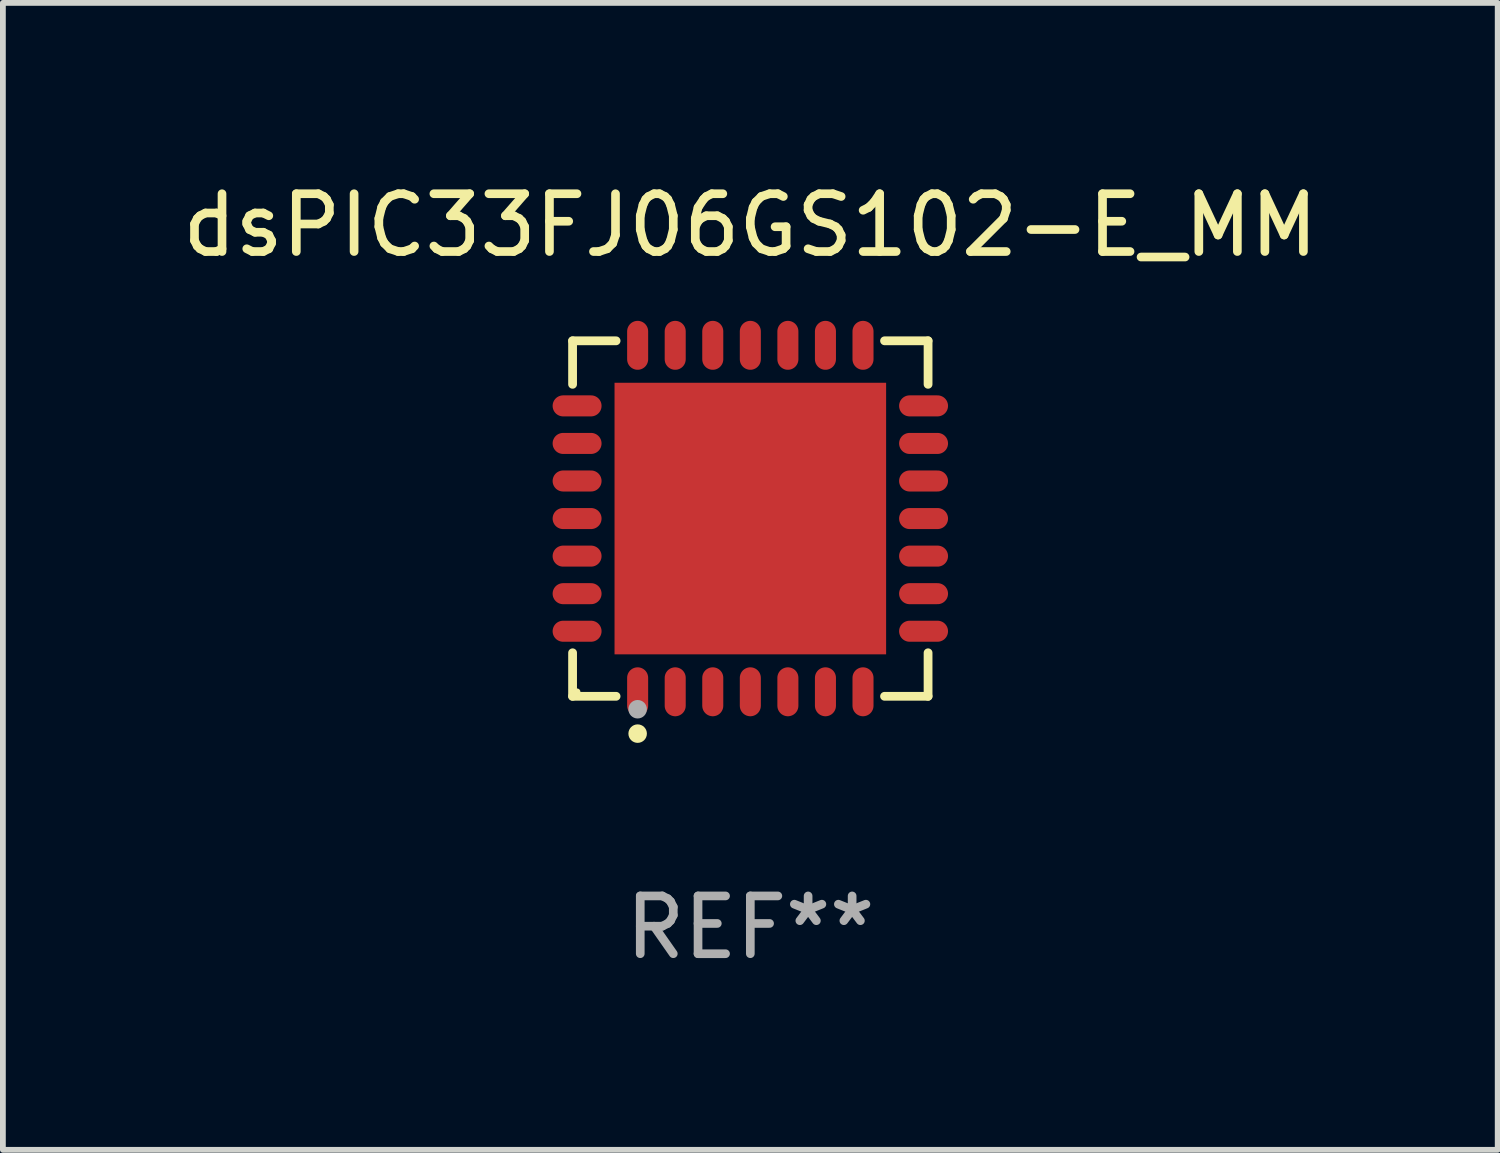
<source format=kicad_pcb>
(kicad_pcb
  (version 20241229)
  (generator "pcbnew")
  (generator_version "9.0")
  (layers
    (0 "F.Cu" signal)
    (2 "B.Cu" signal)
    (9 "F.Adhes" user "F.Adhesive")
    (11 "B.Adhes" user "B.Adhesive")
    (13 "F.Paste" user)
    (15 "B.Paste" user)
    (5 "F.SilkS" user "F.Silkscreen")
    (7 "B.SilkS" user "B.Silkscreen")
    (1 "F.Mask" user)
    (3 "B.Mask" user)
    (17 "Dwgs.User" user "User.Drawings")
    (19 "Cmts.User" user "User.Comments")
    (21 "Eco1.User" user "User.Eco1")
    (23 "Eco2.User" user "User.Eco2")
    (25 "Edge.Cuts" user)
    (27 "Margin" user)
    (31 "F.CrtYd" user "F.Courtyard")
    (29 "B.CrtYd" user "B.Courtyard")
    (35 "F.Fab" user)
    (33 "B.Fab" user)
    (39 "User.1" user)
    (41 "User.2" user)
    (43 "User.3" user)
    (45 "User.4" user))
  (footprint "dsPIC33FJ06GS102-E_MM"
    (layer "F.Cu")
    (at 9.935 5.924)
    (property "Reference" "dsPIC33FJ06GS102-E_MM" (at 0 -5.076 0) (layer "F.SilkS") (effects (font (size 1 1) (thickness 0.15))))
    (attr through_hole)
    (fp_line (start -3.076 -3.076) (end -2.323 -3.076) (stroke (width 0.152) (type solid)) (layer "F.SilkS"))
    (fp_line (start -3.076 -2.323) (end -3.076 -3.076) (stroke (width 0.152) (type solid)) (layer "F.SilkS"))
    (fp_line (start -3.076 2.323) (end -3.076 3.076) (stroke (width 0.152) (type solid)) (layer "F.SilkS"))
    (fp_line (start -3.076 3.076) (end -2.323 3.076) (stroke (width 0.152) (type solid)) (layer "F.SilkS"))
    (fp_line (start 3.076 -3.076) (end 2.323 -3.076) (stroke (width 0.152) (type solid)) (layer "F.SilkS"))
    (fp_line (start 3.076 -2.323) (end 3.076 -3.076) (stroke (width 0.152) (type solid)) (layer "F.SilkS"))
    (fp_line (start 3.076 2.323) (end 3.076 3.076) (stroke (width 0.152) (type solid)) (layer "F.SilkS"))
    (fp_line (start 3.076 3.076) (end 2.323 3.076) (stroke (width 0.152) (type solid)) (layer "F.SilkS"))
    (fp_circle (center -3 3) (end -2.97 3) (stroke (width 0.06) (type solid)) (fill no) (layer "F.SilkS"))
    (fp_circle (center -1.95 3.722) (end -1.87 3.722) (stroke (width 0.16) (type solid)) (fill no) (layer "F.SilkS"))
    (fp_circle (center -1.95 3.3) (end -1.87 3.3) (stroke (width 0.16) (type solid)) (fill no) (layer "F.Fab"))
    (fp_text user "REF**" (at 0 7.076 0) (layer "F.Fab") (effects (font (size 1 1) (thickness 0.15))))
    (pad "1" smd oval (at -1.95 2.998) (size 0.364 0.847) (layers "F.Cu" "F.Mask" "F.Paste"))
    (pad "2" smd oval (at -1.3 2.998) (size 0.364 0.847) (layers "F.Cu" "F.Mask" "F.Paste"))
    (pad "3" smd oval (at -0.65 2.998) (size 0.364 0.847) (layers "F.Cu" "F.Mask" "F.Paste"))
    (pad "4" smd oval (at 0 2.998) (size 0.364 0.847) (layers "F.Cu" "F.Mask" "F.Paste"))
    (pad "5" smd oval (at 0.65 2.998) (size 0.364 0.847) (layers "F.Cu" "F.Mask" "F.Paste"))
    (pad "6" smd oval (at 1.3 2.998) (size 0.364 0.847) (layers "F.Cu" "F.Mask" "F.Paste"))
    (pad "7" smd oval (at 1.95 2.998) (size 0.364 0.847) (layers "F.Cu" "F.Mask" "F.Paste"))
    (pad "8" smd oval (at 2.998 1.95) (size 0.847 0.364) (layers "F.Cu" "F.Mask" "F.Paste"))
    (pad "9" smd oval (at 2.998 1.3) (size 0.847 0.364) (layers "F.Cu" "F.Mask" "F.Paste"))
    (pad "10" smd oval (at 2.998 0.65) (size 0.847 0.364) (layers "F.Cu" "F.Mask" "F.Paste"))
    (pad "11" smd oval (at 2.998 0) (size 0.847 0.364) (layers "F.Cu" "F.Mask" "F.Paste"))
    (pad "12" smd oval (at 2.998 -0.65) (size 0.847 0.364) (layers "F.Cu" "F.Mask" "F.Paste"))
    (pad "13" smd oval (at 2.998 -1.3) (size 0.847 0.364) (layers "F.Cu" "F.Mask" "F.Paste"))
    (pad "14" smd oval (at 2.998 -1.95) (size 0.847 0.364) (layers "F.Cu" "F.Mask" "F.Paste"))
    (pad "15" smd oval (at 1.95 -2.998) (size 0.364 0.847) (layers "F.Cu" "F.Mask" "F.Paste"))
    (pad "16" smd oval (at 1.3 -2.998) (size 0.364 0.847) (layers "F.Cu" "F.Mask" "F.Paste"))
    (pad "17" smd oval (at 0.65 -2.998) (size 0.364 0.847) (layers "F.Cu" "F.Mask" "F.Paste"))
    (pad "18" smd oval (at 0 -2.998) (size 0.364 0.847) (layers "F.Cu" "F.Mask" "F.Paste"))
    (pad "19" smd oval (at -0.65 -2.998) (size 0.364 0.847) (layers "F.Cu" "F.Mask" "F.Paste"))
    (pad "20" smd oval (at -1.3 -2.998) (size 0.364 0.847) (layers "F.Cu" "F.Mask" "F.Paste"))
    (pad "21" smd oval (at -1.95 -2.998) (size 0.364 0.847) (layers "F.Cu" "F.Mask" "F.Paste"))
    (pad "22" smd oval (at -2.998 -1.95) (size 0.847 0.364) (layers "F.Cu" "F.Mask" "F.Paste"))
    (pad "23" smd oval (at -2.998 -1.3) (size 0.847 0.364) (layers "F.Cu" "F.Mask" "F.Paste"))
    (pad "24" smd oval (at -2.998 -0.65) (size 0.847 0.364) (layers "F.Cu" "F.Mask" "F.Paste"))
    (pad "25" smd oval (at -2.998 0) (size 0.847 0.364) (layers "F.Cu" "F.Mask" "F.Paste"))
    (pad "26" smd oval (at -2.998 0.65) (size 0.847 0.364) (layers "F.Cu" "F.Mask" "F.Paste"))
    (pad "27" smd oval (at -2.998 1.3) (size 0.847 0.364) (layers "F.Cu" "F.Mask" "F.Paste"))
    (pad "28" smd oval (at -2.998 1.95) (size 0.847 0.364) (layers "F.Cu" "F.Mask" "F.Paste"))
    (pad "29" smd rect (at 0 0) (size 4.7 4.7) (layers "F.Cu" "F.Mask" "F.Paste")))
  (gr_rect
    (start -3 -3)
    (end 22.869 16.849)
    (stroke (width 0.1) (type default))
    (fill no)
    (layer "Edge.Cuts")))
</source>
